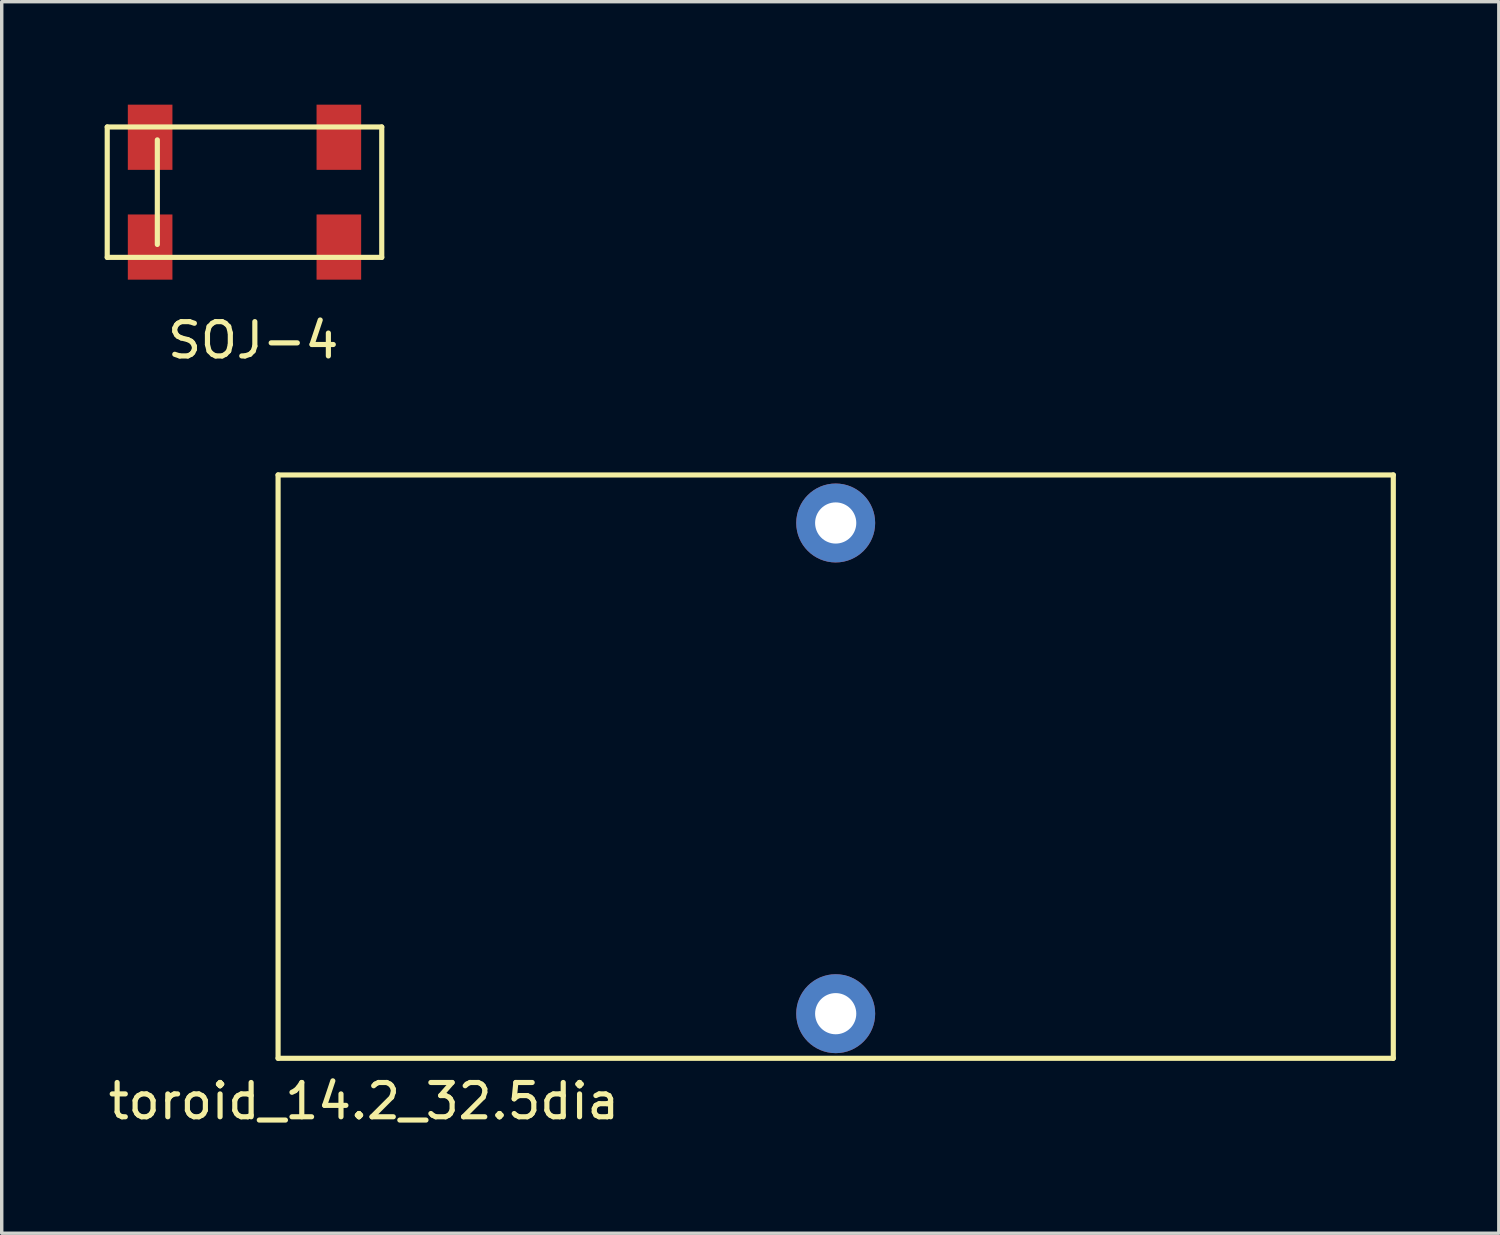
<source format=kicad_pcb>
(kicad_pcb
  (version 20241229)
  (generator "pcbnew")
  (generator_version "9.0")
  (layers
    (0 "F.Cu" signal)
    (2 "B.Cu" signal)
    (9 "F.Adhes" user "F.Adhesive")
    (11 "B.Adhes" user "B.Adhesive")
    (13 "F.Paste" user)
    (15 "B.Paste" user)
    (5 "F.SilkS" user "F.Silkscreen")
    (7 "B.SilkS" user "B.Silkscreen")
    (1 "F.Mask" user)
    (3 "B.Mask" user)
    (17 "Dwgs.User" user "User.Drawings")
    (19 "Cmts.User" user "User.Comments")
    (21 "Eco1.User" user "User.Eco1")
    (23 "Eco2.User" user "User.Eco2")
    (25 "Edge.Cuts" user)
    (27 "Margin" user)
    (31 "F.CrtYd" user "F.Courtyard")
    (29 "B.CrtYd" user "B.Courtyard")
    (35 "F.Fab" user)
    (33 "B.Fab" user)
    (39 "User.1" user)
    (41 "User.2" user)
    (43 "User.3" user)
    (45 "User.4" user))
  (footprint "SOJ-4"
    (layer "F.Cu")
    (at 4.075 2.55)
    (property "Reference" "SOJ-4" (at 0.254 4.318 0) (layer "F.SilkS") (effects (font (size 1 1) (thickness 0.15))))
    (attr through_hole)
    (fp_line (start -4 -1.9) (end 4 -1.9) (stroke (width 0.15) (type solid)) (layer "F.SilkS"))
    (fp_line (start -4 1.9) (end -4 -1.9) (stroke (width 0.15) (type solid)) (layer "F.SilkS"))
    (fp_line (start -2.54 -1.524) (end -2.54 1.524) (stroke (width 0.15) (type solid)) (layer "F.SilkS"))
    (fp_line (start 4 -1.9) (end 4 1.9) (stroke (width 0.15) (type solid)) (layer "F.SilkS"))
    (fp_line (start 4 1.9) (end -4 1.9) (stroke (width 0.15) (type solid)) (layer "F.SilkS"))
    (pad "1" smd rect (at -2.75 1.6) (size 1.3 1.9) (layers "F.Cu" "F.Mask" "F.Paste"))
    (pad "2" smd rect (at -2.75 -1.6) (size 1.3 1.9) (layers "F.Cu" "F.Mask" "F.Paste"))
    (pad "3" smd rect (at 2.75 1.6) (size 1.3 1.9) (layers "F.Cu" "F.Mask" "F.Paste"))
    (pad "4" smd rect (at 2.75 -1.6) (size 1.3 1.9) (layers "F.Cu" "F.Mask" "F.Paste")))
  (footprint "toroid_14.2_32.5dia"
    (layer "F.Cu")
    (at 21.304 19.291)
    (property "Reference" "toroid_14.2_32.5dia" (at -13.75 9.75 0) (layer "F.SilkS") (effects (font (size 1 1) (thickness 0.15))))
    (attr through_hole)
    (fp_line (start -16.25 -8.5) (end 16.25 -8.5) (stroke (width 0.15) (type solid)) (layer "F.SilkS"))
    (fp_line (start -16.25 8.5) (end -16.25 -8.5) (stroke (width 0.15) (type solid)) (layer "F.SilkS"))
    (fp_line (start 16.25 -8.5) (end 16.25 8.5) (stroke (width 0.15) (type solid)) (layer "F.SilkS"))
    (fp_line (start 16.25 8.5) (end -16.25 8.5) (stroke (width 0.15) (type solid)) (layer "F.SilkS"))
    (pad "1" thru_hole circle (at 0 -7.1) (size 2.3 2.3) (drill 1.2) (layers "*.Cu" "*.Mask"))
    (pad "2" thru_hole circle (at 0 7.2) (size 2.3 2.3) (drill 1.2) (layers "*.Cu" "*.Mask")))
  (gr_rect
    (start -3 -3)
    (end 40.629 32.889)
    (stroke (width 0.1) (type default))
    (fill no)
    (layer "Edge.Cuts")))
</source>
